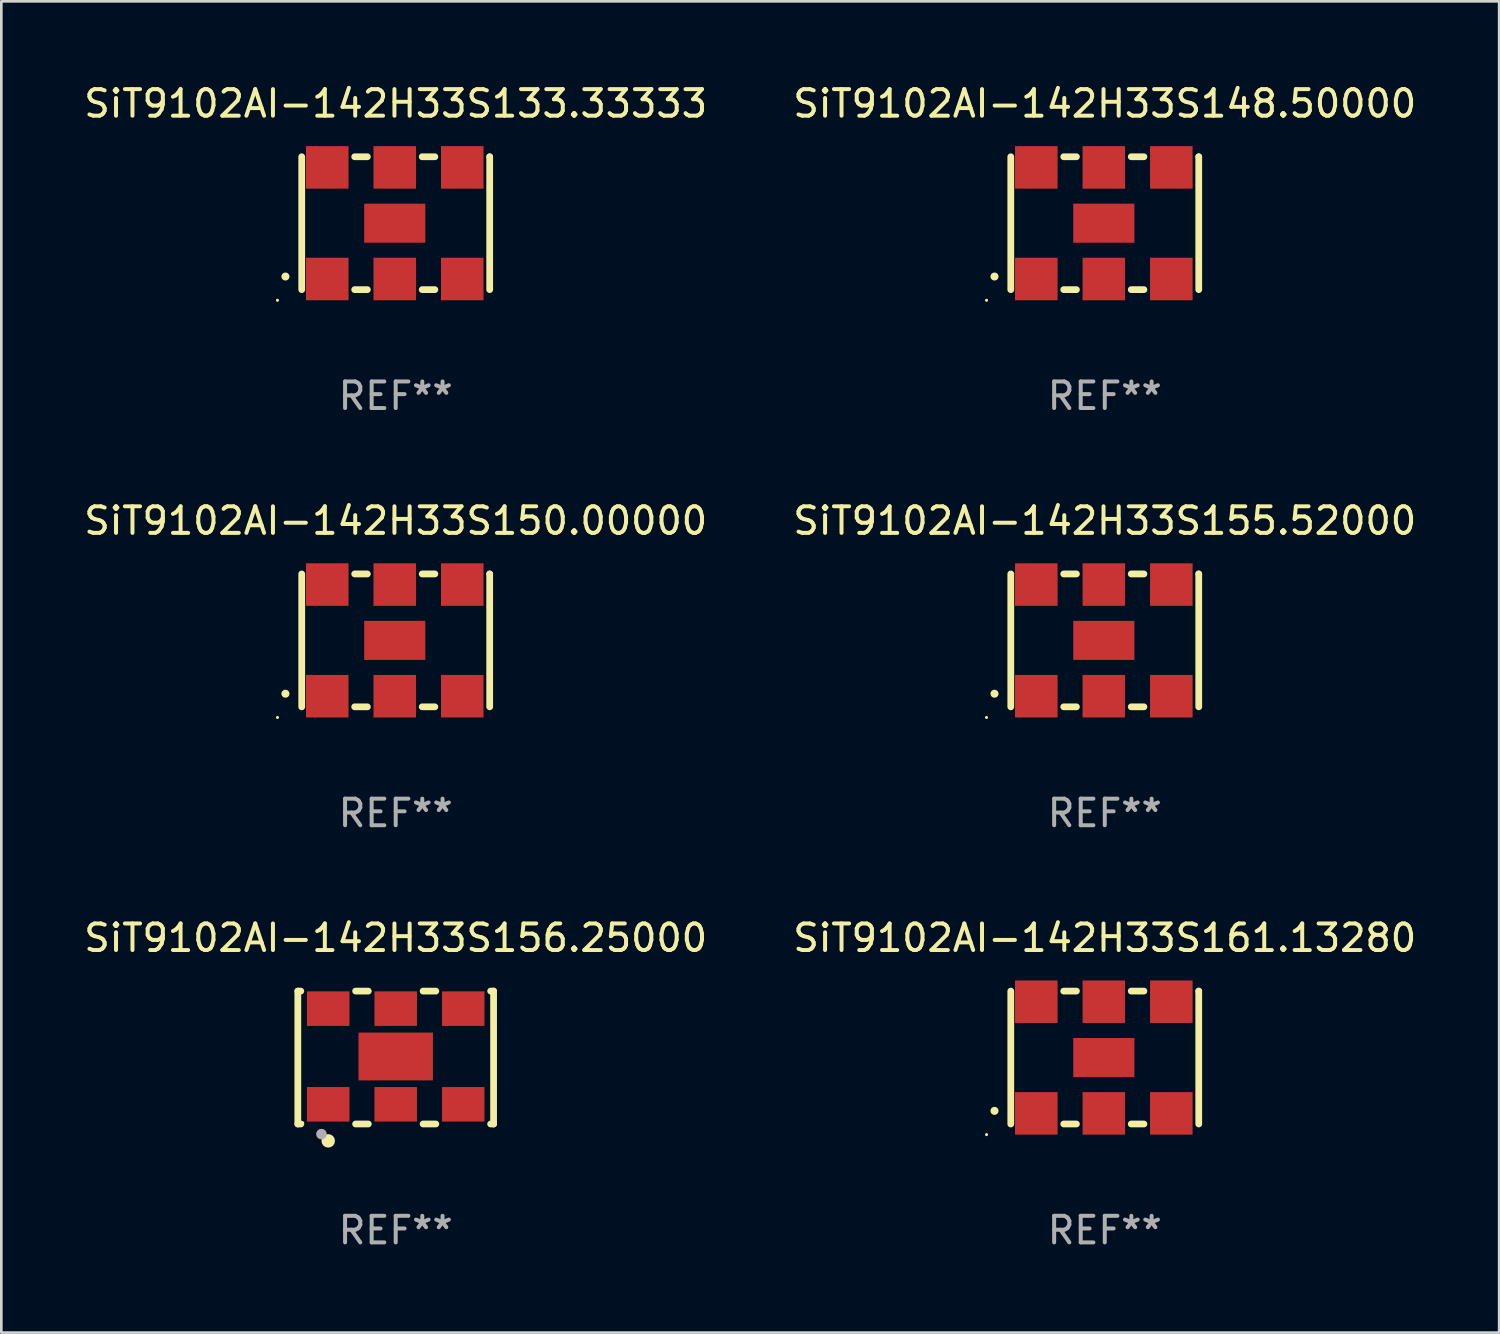
<source format=kicad_pcb>
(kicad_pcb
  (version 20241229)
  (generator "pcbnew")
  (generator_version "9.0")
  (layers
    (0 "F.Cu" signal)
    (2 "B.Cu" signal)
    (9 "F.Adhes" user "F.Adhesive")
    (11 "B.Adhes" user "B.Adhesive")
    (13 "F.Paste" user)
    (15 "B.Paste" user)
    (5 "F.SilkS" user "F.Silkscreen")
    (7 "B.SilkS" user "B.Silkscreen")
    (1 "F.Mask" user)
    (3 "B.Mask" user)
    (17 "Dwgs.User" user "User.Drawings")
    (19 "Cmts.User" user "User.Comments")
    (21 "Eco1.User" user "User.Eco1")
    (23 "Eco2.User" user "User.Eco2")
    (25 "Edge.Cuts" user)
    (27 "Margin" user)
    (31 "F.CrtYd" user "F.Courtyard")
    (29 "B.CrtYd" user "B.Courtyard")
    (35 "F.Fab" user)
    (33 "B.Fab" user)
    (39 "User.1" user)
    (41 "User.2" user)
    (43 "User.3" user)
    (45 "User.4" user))
  (footprint "SiT9102AI-142H33S161.13280"
    (layer "F.Cu")
    (at 38.518 36.741)
    (property "Reference" "SiT9102AI-142H33S161.13280" (at 0 -4.5 0) (layer "F.SilkS") (effects (font (size 1 1) (thickness 0.15))))
    (attr through_hole)
    (fp_line (start -3.536 -2.5) (end -3.536 2.5) (stroke (width 0.254) (type solid)) (layer "F.SilkS"))
    (fp_line (start -1.544 2.5) (end -1.067 2.5) (stroke (width 0.254) (type solid)) (layer "F.SilkS"))
    (fp_line (start -1.067 -2.5) (end -1.544 -2.5) (stroke (width 0.254) (type solid)) (layer "F.SilkS"))
    (fp_line (start 0.996 2.5) (end 1.473 2.5) (stroke (width 0.254) (type solid)) (layer "F.SilkS"))
    (fp_line (start 1.473 -2.5) (end 0.996 -2.5) (stroke (width 0.254) (type solid)) (layer "F.SilkS"))
    (fp_line (start 3.536 -2.5) (end 3.536 -2.5) (stroke (width 0.254) (type solid)) (layer "F.SilkS"))
    (fp_line (start 3.536 2.5) (end 3.536 -2.5) (stroke (width 0.254) (type solid)) (layer "F.SilkS"))
    (fp_arc (start -4.150432 2.006604) (mid -4.149162 2.006599) (end -4.147892 2.006604) (stroke (width 0.3) (type solid)) (layer "F.SilkS"))
    (fp_circle (center -4.449 2.9) (end -4.419 2.9) (stroke (width 0.06) (type solid)) (fill no) (layer "F.SilkS"))
    (fp_text user "REF**" (at 0 6.5 0) (layer "F.Fab") (effects (font (size 1 1) (thickness 0.15))))
    (pad "1" smd rect (at -2.576 2.1) (size 1.6 1.6) (layers "F.Cu" "F.Mask" "F.Paste"))
    (pad "2" smd rect (at -0.036 2.1) (size 1.6 1.6) (layers "F.Cu" "F.Mask" "F.Paste"))
    (pad "3" smd rect (at 2.504 2.1) (size 1.6 1.6) (layers "F.Cu" "F.Mask" "F.Paste"))
    (pad "4" smd rect (at 2.504 -2.1) (size 1.6 1.6) (layers "F.Cu" "F.Mask" "F.Paste"))
    (pad "5" smd rect (at -0.036 -2.1) (size 1.6 1.6) (layers "F.Cu" "F.Mask" "F.Paste"))
    (pad "6" smd rect (at -2.576 -2.1) (size 1.6 1.6) (layers "F.Cu" "F.Mask" "F.Paste"))
    (pad "7" smd rect (at -0.036 0) (size 2.3 1.47) (layers "F.Cu" "F.Mask" "F.Paste")))
  (footprint "SiT9102AI-142H33S148.50000"
    (layer "F.Cu")
    (at 38.518 5.348)
    (property "Reference" "SiT9102AI-142H33S148.50000" (at 0 -4.5 0) (layer "F.SilkS") (effects (font (size 1 1) (thickness 0.15))))
    (attr through_hole)
    (fp_line (start -3.536 -2.5) (end -3.536 2.5) (stroke (width 0.254) (type solid)) (layer "F.SilkS"))
    (fp_line (start -1.544 2.5) (end -1.067 2.5) (stroke (width 0.254) (type solid)) (layer "F.SilkS"))
    (fp_line (start -1.067 -2.5) (end -1.544 -2.5) (stroke (width 0.254) (type solid)) (layer "F.SilkS"))
    (fp_line (start 0.996 2.5) (end 1.473 2.5) (stroke (width 0.254) (type solid)) (layer "F.SilkS"))
    (fp_line (start 1.473 -2.5) (end 0.996 -2.5) (stroke (width 0.254) (type solid)) (layer "F.SilkS"))
    (fp_line (start 3.536 -2.5) (end 3.536 -2.5) (stroke (width 0.254) (type solid)) (layer "F.SilkS"))
    (fp_line (start 3.536 2.5) (end 3.536 -2.5) (stroke (width 0.254) (type solid)) (layer "F.SilkS"))
    (fp_arc (start -4.150432 2.006604) (mid -4.149162 2.006599) (end -4.147892 2.006604) (stroke (width 0.3) (type solid)) (layer "F.SilkS"))
    (fp_circle (center -4.449 2.9) (end -4.419 2.9) (stroke (width 0.06) (type solid)) (fill no) (layer "F.SilkS"))
    (fp_text user "REF**" (at 0 6.5 0) (layer "F.Fab") (effects (font (size 1 1) (thickness 0.15))))
    (pad "1" smd rect (at -2.576 2.1) (size 1.6 1.6) (layers "F.Cu" "F.Mask" "F.Paste"))
    (pad "2" smd rect (at -0.036 2.1) (size 1.6 1.6) (layers "F.Cu" "F.Mask" "F.Paste"))
    (pad "3" smd rect (at 2.504 2.1) (size 1.6 1.6) (layers "F.Cu" "F.Mask" "F.Paste"))
    (pad "4" smd rect (at 2.504 -2.1) (size 1.6 1.6) (layers "F.Cu" "F.Mask" "F.Paste"))
    (pad "5" smd rect (at -0.036 -2.1) (size 1.6 1.6) (layers "F.Cu" "F.Mask" "F.Paste"))
    (pad "6" smd rect (at -2.576 -2.1) (size 1.6 1.6) (layers "F.Cu" "F.Mask" "F.Paste"))
    (pad "7" smd rect (at -0.036 0) (size 2.3 1.47) (layers "F.Cu" "F.Mask" "F.Paste")))
  (footprint "SiT9102AI-142H33S156.25000"
    (layer "F.Cu")
    (at 11.839 36.741)
    (property "Reference" "SiT9102AI-142H33S156.25000" (at 0 -4.5 0) (layer "F.SilkS") (effects (font (size 1 1) (thickness 0.15))))
    (attr through_hole)
    (fp_line (start -3.683 -2.5) (end -3.571 -2.5) (stroke (width 0.254) (type solid)) (layer "F.SilkS"))
    (fp_line (start -3.683 2.5) (end -3.683 -2.5) (stroke (width 0.254) (type solid)) (layer "F.SilkS"))
    (fp_line (start -3.683 2.5) (end -3.571 2.5) (stroke (width 0.254) (type solid)) (layer "F.SilkS"))
    (fp_line (start -1.509 -2.5) (end -1.031 -2.5) (stroke (width 0.254) (type solid)) (layer "F.SilkS"))
    (fp_line (start -1.509 2.5) (end -1.031 2.5) (stroke (width 0.254) (type solid)) (layer "F.SilkS"))
    (fp_line (start 1.031 -2.5) (end 1.509 -2.5) (stroke (width 0.254) (type solid)) (layer "F.SilkS"))
    (fp_line (start 1.031 2.5) (end 1.509 2.5) (stroke (width 0.254) (type solid)) (layer "F.SilkS"))
    (fp_line (start 3.571 -2.5) (end 3.683 -2.5) (stroke (width 0.254) (type solid)) (layer "F.SilkS"))
    (fp_line (start 3.571 2.5) (end 3.683 2.5) (stroke (width 0.254) (type solid)) (layer "F.SilkS"))
    (fp_line (start 3.683 2.5) (end 3.683 -2.5) (stroke (width 0.254) (type solid)) (layer "F.SilkS"))
    (fp_circle (center -3.5 2.46) (end -3.47 2.46) (stroke (width 0.06) (type solid)) (fill no) (layer "F.SilkS"))
    (fp_circle (center -2.54 3.135) (end -2.413 3.135) (stroke (width 0.254) (type solid)) (fill no) (layer "F.SilkS"))
    (fp_circle (center -2.794 2.881) (end -2.694 2.881) (stroke (width 0.2) (type solid)) (fill no) (layer "F.Fab"))
    (fp_text user "REF**" (at 0 6.5 0) (layer "F.Fab") (effects (font (size 1 1) (thickness 0.15))))
    (pad "1" smd rect (at -2.54 1.76) (size 1.6 1.3) (layers "F.Cu" "F.Mask" "F.Paste"))
    (pad "2" smd rect (at 0 1.76) (size 1.6 1.3) (layers "F.Cu" "F.Mask" "F.Paste"))
    (pad "3" smd rect (at 2.54 1.76) (size 1.6 1.3) (layers "F.Cu" "F.Mask" "F.Paste"))
    (pad "4" smd rect (at 2.54 -1.84) (size 1.6 1.3) (layers "F.Cu" "F.Mask" "F.Paste"))
    (pad "5" smd rect (at 0 -1.84) (size 1.6 1.3) (layers "F.Cu" "F.Mask" "F.Paste"))
    (pad "6" smd rect (at -2.54 -1.84) (size 1.6 1.3) (layers "F.Cu" "F.Mask" "F.Paste"))
    (pad "7" smd rect (at 0 -0.04) (size 2.8 1.8) (layers "F.Cu" "F.Mask" "F.Paste")))
  (footprint "SiT9102AI-142H33S133.33333"
    (layer "F.Cu")
    (at 11.839 5.348)
    (property "Reference" "SiT9102AI-142H33S133.33333" (at 0 -4.5 0) (layer "F.SilkS") (effects (font (size 1 1) (thickness 0.15))))
    (attr through_hole)
    (fp_line (start -3.536 -2.5) (end -3.536 2.5) (stroke (width 0.254) (type solid)) (layer "F.SilkS"))
    (fp_line (start -1.544 2.5) (end -1.067 2.5) (stroke (width 0.254) (type solid)) (layer "F.SilkS"))
    (fp_line (start -1.067 -2.5) (end -1.544 -2.5) (stroke (width 0.254) (type solid)) (layer "F.SilkS"))
    (fp_line (start 0.996 2.5) (end 1.473 2.5) (stroke (width 0.254) (type solid)) (layer "F.SilkS"))
    (fp_line (start 1.473 -2.5) (end 0.996 -2.5) (stroke (width 0.254) (type solid)) (layer "F.SilkS"))
    (fp_line (start 3.536 -2.5) (end 3.536 -2.5) (stroke (width 0.254) (type solid)) (layer "F.SilkS"))
    (fp_line (start 3.536 2.5) (end 3.536 -2.5) (stroke (width 0.254) (type solid)) (layer "F.SilkS"))
    (fp_arc (start -4.150432 2.006604) (mid -4.149162 2.006599) (end -4.147892 2.006604) (stroke (width 0.3) (type solid)) (layer "F.SilkS"))
    (fp_circle (center -4.449 2.9) (end -4.419 2.9) (stroke (width 0.06) (type solid)) (fill no) (layer "F.SilkS"))
    (fp_text user "REF**" (at 0 6.5 0) (layer "F.Fab") (effects (font (size 1 1) (thickness 0.15))))
    (pad "1" smd rect (at -2.576 2.1) (size 1.6 1.6) (layers "F.Cu" "F.Mask" "F.Paste"))
    (pad "2" smd rect (at -0.036 2.1) (size 1.6 1.6) (layers "F.Cu" "F.Mask" "F.Paste"))
    (pad "3" smd rect (at 2.504 2.1) (size 1.6 1.6) (layers "F.Cu" "F.Mask" "F.Paste"))
    (pad "4" smd rect (at 2.504 -2.1) (size 1.6 1.6) (layers "F.Cu" "F.Mask" "F.Paste"))
    (pad "5" smd rect (at -0.036 -2.1) (size 1.6 1.6) (layers "F.Cu" "F.Mask" "F.Paste"))
    (pad "6" smd rect (at -2.576 -2.1) (size 1.6 1.6) (layers "F.Cu" "F.Mask" "F.Paste"))
    (pad "7" smd rect (at -0.036 0) (size 2.3 1.47) (layers "F.Cu" "F.Mask" "F.Paste")))
  (footprint "SiT9102AI-142H33S155.52000"
    (layer "F.Cu")
    (at 38.518 21.045)
    (property "Reference" "SiT9102AI-142H33S155.52000" (at 0 -4.5 0) (layer "F.SilkS") (effects (font (size 1 1) (thickness 0.15))))
    (attr through_hole)
    (fp_line (start -3.536 -2.5) (end -3.536 2.5) (stroke (width 0.254) (type solid)) (layer "F.SilkS"))
    (fp_line (start -1.544 2.5) (end -1.067 2.5) (stroke (width 0.254) (type solid)) (layer "F.SilkS"))
    (fp_line (start -1.067 -2.5) (end -1.544 -2.5) (stroke (width 0.254) (type solid)) (layer "F.SilkS"))
    (fp_line (start 0.996 2.5) (end 1.473 2.5) (stroke (width 0.254) (type solid)) (layer "F.SilkS"))
    (fp_line (start 1.473 -2.5) (end 0.996 -2.5) (stroke (width 0.254) (type solid)) (layer "F.SilkS"))
    (fp_line (start 3.536 -2.5) (end 3.536 -2.5) (stroke (width 0.254) (type solid)) (layer "F.SilkS"))
    (fp_line (start 3.536 2.5) (end 3.536 -2.5) (stroke (width 0.254) (type solid)) (layer "F.SilkS"))
    (fp_arc (start -4.150432 2.006604) (mid -4.149162 2.006599) (end -4.147892 2.006604) (stroke (width 0.3) (type solid)) (layer "F.SilkS"))
    (fp_circle (center -4.449 2.9) (end -4.419 2.9) (stroke (width 0.06) (type solid)) (fill no) (layer "F.SilkS"))
    (fp_text user "REF**" (at 0 6.5 0) (layer "F.Fab") (effects (font (size 1 1) (thickness 0.15))))
    (pad "1" smd rect (at -2.576 2.1) (size 1.6 1.6) (layers "F.Cu" "F.Mask" "F.Paste"))
    (pad "2" smd rect (at -0.036 2.1) (size 1.6 1.6) (layers "F.Cu" "F.Mask" "F.Paste"))
    (pad "3" smd rect (at 2.504 2.1) (size 1.6 1.6) (layers "F.Cu" "F.Mask" "F.Paste"))
    (pad "4" smd rect (at 2.504 -2.1) (size 1.6 1.6) (layers "F.Cu" "F.Mask" "F.Paste"))
    (pad "5" smd rect (at -0.036 -2.1) (size 1.6 1.6) (layers "F.Cu" "F.Mask" "F.Paste"))
    (pad "6" smd rect (at -2.576 -2.1) (size 1.6 1.6) (layers "F.Cu" "F.Mask" "F.Paste"))
    (pad "7" smd rect (at -0.036 0) (size 2.3 1.47) (layers "F.Cu" "F.Mask" "F.Paste")))
  (footprint "SiT9102AI-142H33S150.00000"
    (layer "F.Cu")
    (at 11.839 21.045)
    (property "Reference" "SiT9102AI-142H33S150.00000" (at 0 -4.5 0) (layer "F.SilkS") (effects (font (size 1 1) (thickness 0.15))))
    (attr through_hole)
    (fp_line (start -3.536 -2.5) (end -3.536 2.5) (stroke (width 0.254) (type solid)) (layer "F.SilkS"))
    (fp_line (start -1.544 2.5) (end -1.067 2.5) (stroke (width 0.254) (type solid)) (layer "F.SilkS"))
    (fp_line (start -1.067 -2.5) (end -1.544 -2.5) (stroke (width 0.254) (type solid)) (layer "F.SilkS"))
    (fp_line (start 0.996 2.5) (end 1.473 2.5) (stroke (width 0.254) (type solid)) (layer "F.SilkS"))
    (fp_line (start 1.473 -2.5) (end 0.996 -2.5) (stroke (width 0.254) (type solid)) (layer "F.SilkS"))
    (fp_line (start 3.536 -2.5) (end 3.536 -2.5) (stroke (width 0.254) (type solid)) (layer "F.SilkS"))
    (fp_line (start 3.536 2.5) (end 3.536 -2.5) (stroke (width 0.254) (type solid)) (layer "F.SilkS"))
    (fp_arc (start -4.150432 2.006604) (mid -4.149162 2.006599) (end -4.147892 2.006604) (stroke (width 0.3) (type solid)) (layer "F.SilkS"))
    (fp_circle (center -4.449 2.9) (end -4.419 2.9) (stroke (width 0.06) (type solid)) (fill no) (layer "F.SilkS"))
    (fp_text user "REF**" (at 0 6.5 0) (layer "F.Fab") (effects (font (size 1 1) (thickness 0.15))))
    (pad "1" smd rect (at -2.576 2.1) (size 1.6 1.6) (layers "F.Cu" "F.Mask" "F.Paste"))
    (pad "2" smd rect (at -0.036 2.1) (size 1.6 1.6) (layers "F.Cu" "F.Mask" "F.Paste"))
    (pad "3" smd rect (at 2.504 2.1) (size 1.6 1.6) (layers "F.Cu" "F.Mask" "F.Paste"))
    (pad "4" smd rect (at 2.504 -2.1) (size 1.6 1.6) (layers "F.Cu" "F.Mask" "F.Paste"))
    (pad "5" smd rect (at -0.036 -2.1) (size 1.6 1.6) (layers "F.Cu" "F.Mask" "F.Paste"))
    (pad "6" smd rect (at -2.576 -2.1) (size 1.6 1.6) (layers "F.Cu" "F.Mask" "F.Paste"))
    (pad "7" smd rect (at -0.036 0) (size 2.3 1.47) (layers "F.Cu" "F.Mask" "F.Paste")))
  (gr_rect
    (start -3 -3)
    (end 53.357 47.09)
    (stroke (width 0.1) (type default))
    (fill no)
    (layer "Edge.Cuts")))
</source>
